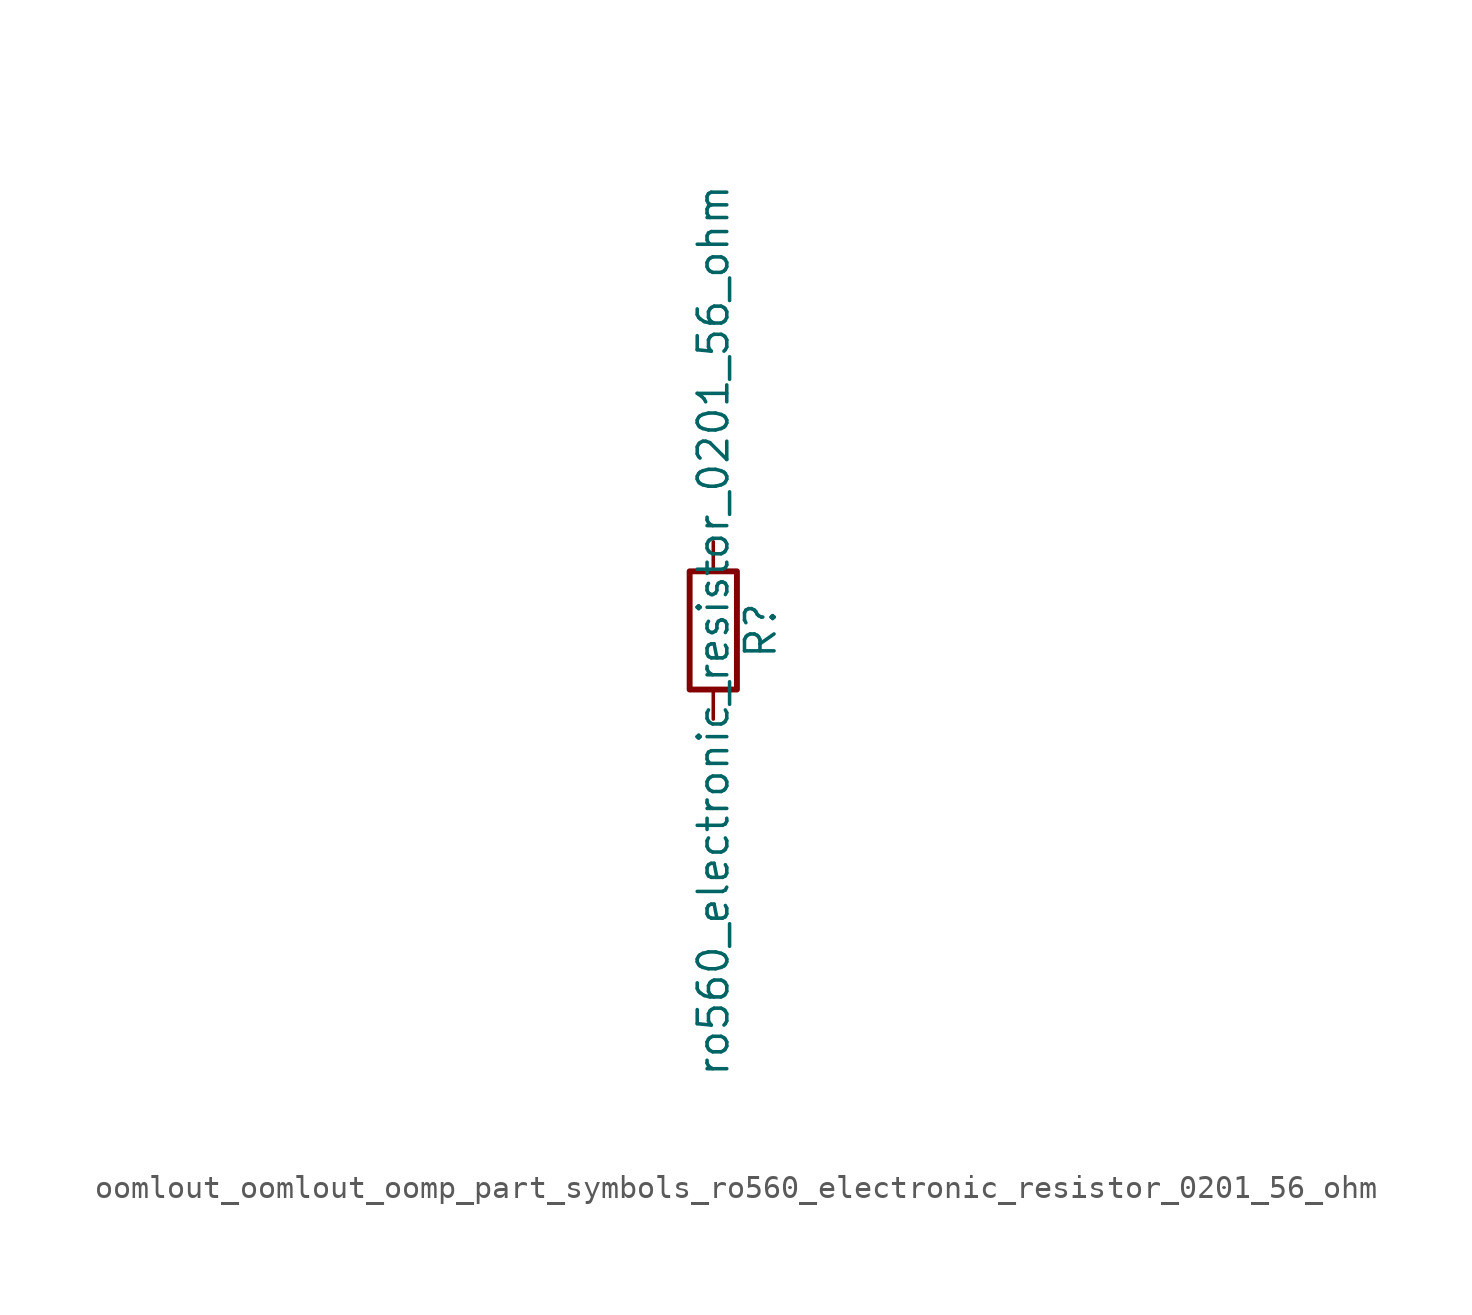
<source format=kicad_sym>
(kicad_symbol_lib
  (version 20220914)
  (generator kicad_symbol_editor)
  (symbol "oomlout_oomlout_oomp_part_symbols_ro560_electronic_resistor_0201_56_ohm"
    (pin_numbers hide)
    (pin_names
      (offset 0))
    (property "Reference" "R"
      (at 2.032 0 90)
      (effects (font (size 1.27 1.27))))
    (property "Value" "ro560_electronic_resistor_0201_56_ohm"
      (at 0 0 90)
      (effects (font (size 1.27 1.27))))
    (symbol "oomlout_oomlout_oomp_part_symbols_ro560_electronic_resistor_0201_56_ohm_0_1"
      (rectangle (start -1.016 -2.54) (end 1.016 2.54) (stroke (width 0.254) (type default)) (fill (type none))))
    (symbol "oomlout_oomlout_oomp_part_symbols_ro560_electronic_resistor_0201_56_ohm_1_1"
      (pin passive line (at 0 3.81 270) (length 1.27) (name "~" (effects (font (size 1.27 1.27)))) (number "1" (effects (font (size 1.27 1.27)))))
      (pin passive line (at 0 -3.81 90) (length 1.27) (name "~" (effects (font (size 1.27 1.27)))) (number "2" (effects (font (size 1.27 1.27))))))))
</source>
